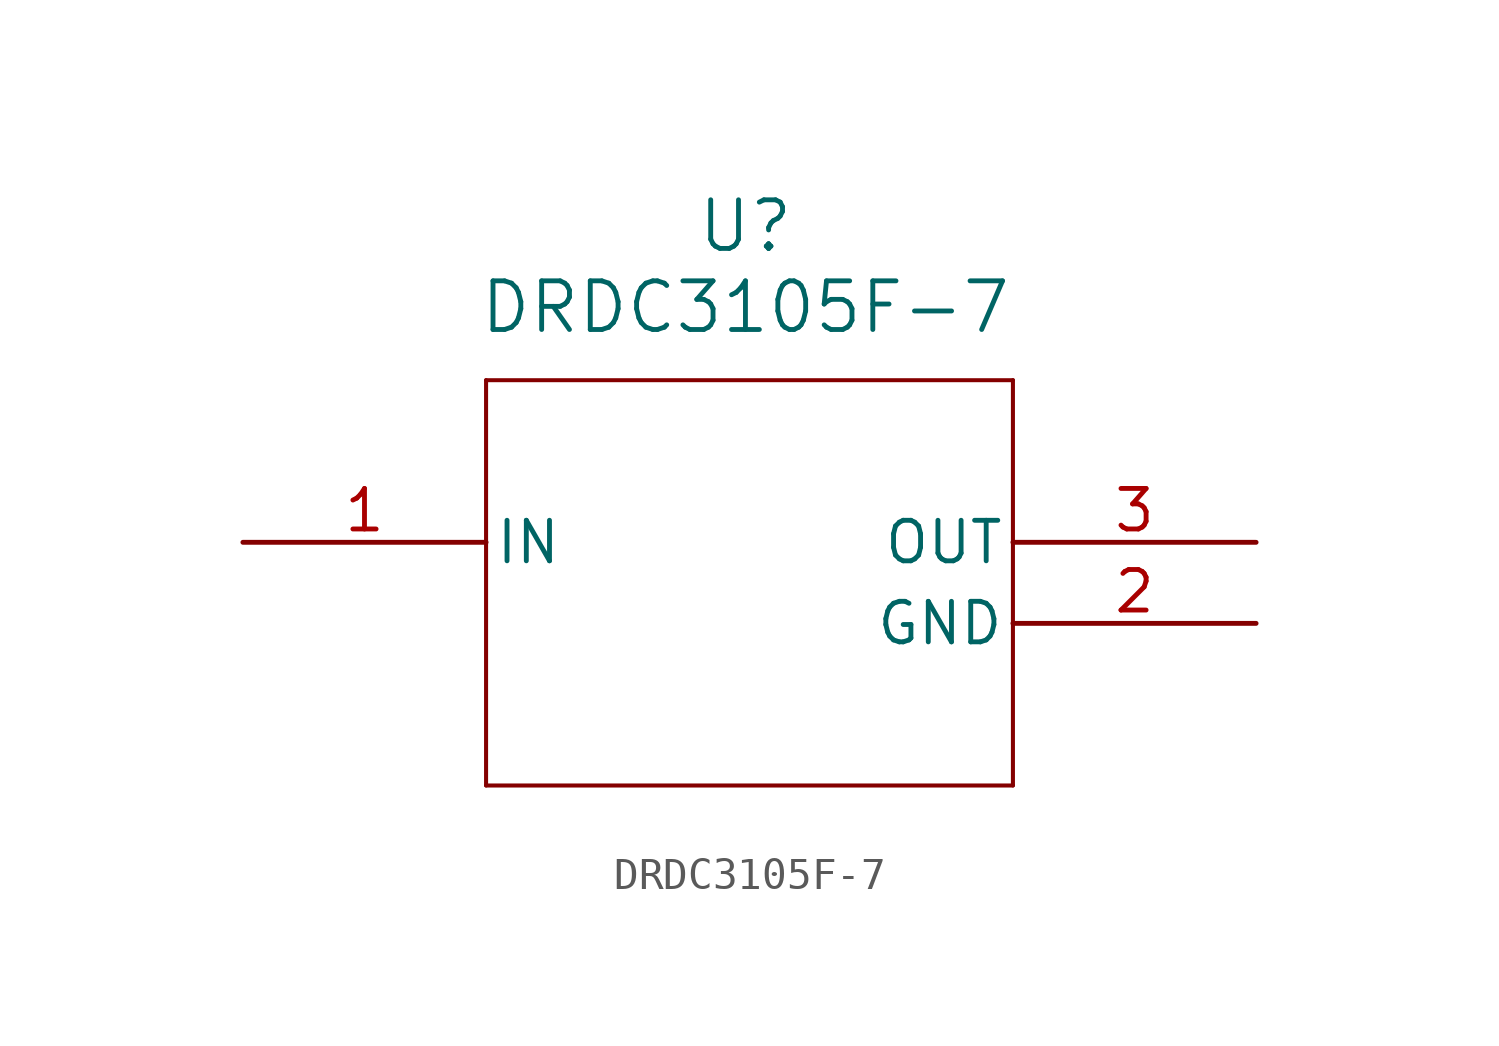
<source format=kicad_sym>
(kicad_symbol_lib
  (version 20231120)
  (generator "kicad_symbol_editor")
  (generator_version "8.0")
  (symbol "DRDC3105F-7"
    (pin_names
      (offset 0.254))
    (property "Reference" "U"
      (at 15.748 9.906 0)
      (effects (font (size 1.524 1.524))))
    (property "Value" "DRDC3105F-7"
      (at 15.748 7.366 0)
      (effects (font (size 1.524 1.524))))
    (property "ki_locked" ""
      (at 0 0 0)
      (effects (font (size 1.27 1.27))))
    (symbol "DRDC3105F-7_0_1"
      (polyline (pts (xy 7.62 -7.62) (xy 24.13 -7.62)) (stroke (width 0.127) (type default)) (fill (type none)))
      (polyline (pts (xy 7.62 5.08) (xy 7.62 -7.62)) (stroke (width 0.127) (type default)) (fill (type none)))
      (polyline (pts (xy 24.13 -7.62) (xy 24.13 5.08)) (stroke (width 0.127) (type default)) (fill (type none)))
      (polyline (pts (xy 24.13 5.08) (xy 7.62 5.08)) (stroke (width 0.127) (type default)) (fill (type none)))
      (pin input line (at 0 0 0) (length 7.62) (name "IN" (effects (font (size 1.27 1.27)))) (number "1" (effects (font (size 1.27 1.27)))))
      (pin power_out line (at 31.75 -2.54 180) (length 7.62) (name "GND" (effects (font (size 1.27 1.27)))) (number "2" (effects (font (size 1.27 1.27)))))
      (pin output line (at 31.75 0 180) (length 7.62) (name "OUT" (effects (font (size 1.27 1.27)))) (number "3" (effects (font (size 1.27 1.27))))))))
</source>
